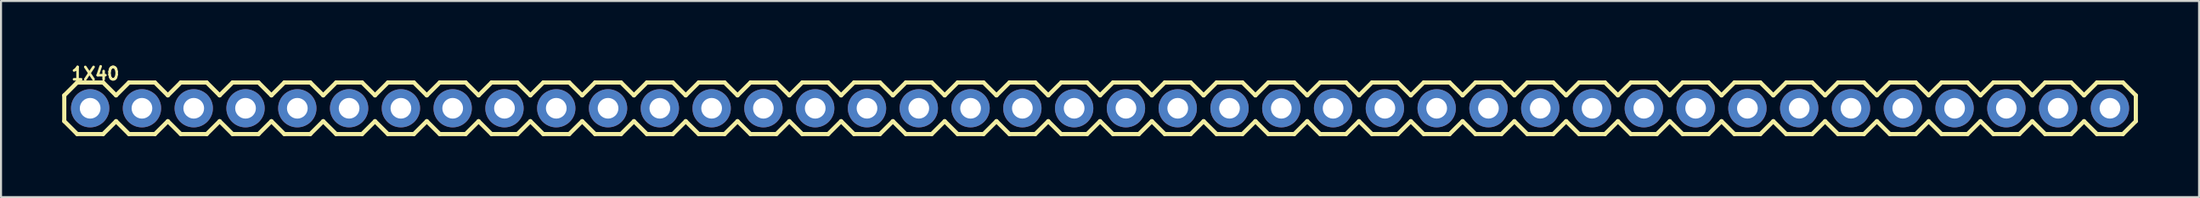
<source format=kicad_pcb>
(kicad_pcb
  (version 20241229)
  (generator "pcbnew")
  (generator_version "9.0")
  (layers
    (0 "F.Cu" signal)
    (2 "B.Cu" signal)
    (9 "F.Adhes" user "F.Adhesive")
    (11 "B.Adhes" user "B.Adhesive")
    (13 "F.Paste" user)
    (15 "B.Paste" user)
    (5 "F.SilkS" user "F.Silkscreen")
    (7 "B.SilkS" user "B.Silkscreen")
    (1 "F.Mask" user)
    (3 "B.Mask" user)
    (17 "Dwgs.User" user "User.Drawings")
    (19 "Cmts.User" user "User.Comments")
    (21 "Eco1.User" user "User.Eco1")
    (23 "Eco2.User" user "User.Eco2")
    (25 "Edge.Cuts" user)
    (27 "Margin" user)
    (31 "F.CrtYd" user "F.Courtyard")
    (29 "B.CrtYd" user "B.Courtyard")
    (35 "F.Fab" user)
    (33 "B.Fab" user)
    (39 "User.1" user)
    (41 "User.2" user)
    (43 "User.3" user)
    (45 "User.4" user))
  (footprint "1X40"
    (layer "F.Cu")
    (at 1.372 2.281)
    (property "Reference" "1X40" (at 0.254 -1.702 0) (layer "F.SilkS") (effects (font (size 0.61 0.61) (thickness 0.127))))
    (attr exclude_from_pos_files exclude_from_bom)
    (fp_line (start -1.27 -0.635) (end -1.27 0.635) (stroke (width 0.203) (type solid)) (layer "F.SilkS"))
    (fp_line (start -1.27 0.635) (end -0.635 1.27) (stroke (width 0.203) (type solid)) (layer "F.SilkS"))
    (fp_line (start -0.635 -1.27) (end -1.27 -0.635) (stroke (width 0.203) (type solid)) (layer "F.SilkS"))
    (fp_line (start -0.635 -1.27) (end 0.635 -1.27) (stroke (width 0.203) (type solid)) (layer "F.SilkS"))
    (fp_line (start 0.635 -1.27) (end 1.27 -0.635) (stroke (width 0.203) (type solid)) (layer "F.SilkS"))
    (fp_line (start 0.635 1.27) (end -0.635 1.27) (stroke (width 0.203) (type solid)) (layer "F.SilkS"))
    (fp_line (start 1.27 -0.635) (end 1.905 -1.27) (stroke (width 0.203) (type solid)) (layer "F.SilkS"))
    (fp_line (start 1.27 0.635) (end 0.635 1.27) (stroke (width 0.203) (type solid)) (layer "F.SilkS"))
    (fp_line (start 1.905 -1.27) (end 3.175 -1.27) (stroke (width 0.203) (type solid)) (layer "F.SilkS"))
    (fp_line (start 1.905 1.27) (end 1.27 0.635) (stroke (width 0.203) (type solid)) (layer "F.SilkS"))
    (fp_line (start 3.175 -1.27) (end 3.81 -0.635) (stroke (width 0.203) (type solid)) (layer "F.SilkS"))
    (fp_line (start 3.175 1.27) (end 1.905 1.27) (stroke (width 0.203) (type solid)) (layer "F.SilkS"))
    (fp_line (start 3.81 -0.635) (end 4.445 -1.27) (stroke (width 0.203) (type solid)) (layer "F.SilkS"))
    (fp_line (start 3.81 0.635) (end 3.175 1.27) (stroke (width 0.203) (type solid)) (layer "F.SilkS"))
    (fp_line (start 4.445 -1.27) (end 5.715 -1.27) (stroke (width 0.203) (type solid)) (layer "F.SilkS"))
    (fp_line (start 4.445 1.27) (end 3.81 0.635) (stroke (width 0.203) (type solid)) (layer "F.SilkS"))
    (fp_line (start 5.715 -1.27) (end 6.35 -0.635) (stroke (width 0.203) (type solid)) (layer "F.SilkS"))
    (fp_line (start 5.715 1.27) (end 4.445 1.27) (stroke (width 0.203) (type solid)) (layer "F.SilkS"))
    (fp_line (start 6.35 0.635) (end 5.715 1.27) (stroke (width 0.203) (type solid)) (layer "F.SilkS"))
    (fp_line (start 6.35 0.635) (end 6.985 1.27) (stroke (width 0.203) (type solid)) (layer "F.SilkS"))
    (fp_line (start 6.985 -1.27) (end 6.35 -0.635) (stroke (width 0.203) (type solid)) (layer "F.SilkS"))
    (fp_line (start 6.985 -1.27) (end 8.255 -1.27) (stroke (width 0.203) (type solid)) (layer "F.SilkS"))
    (fp_line (start 8.255 -1.27) (end 8.89 -0.635) (stroke (width 0.203) (type solid)) (layer "F.SilkS"))
    (fp_line (start 8.255 1.27) (end 6.985 1.27) (stroke (width 0.203) (type solid)) (layer "F.SilkS"))
    (fp_line (start 8.89 -0.635) (end 9.525 -1.27) (stroke (width 0.203) (type solid)) (layer "F.SilkS"))
    (fp_line (start 8.89 0.635) (end 8.255 1.27) (stroke (width 0.203) (type solid)) (layer "F.SilkS"))
    (fp_line (start 9.525 -1.27) (end 10.795 -1.27) (stroke (width 0.203) (type solid)) (layer "F.SilkS"))
    (fp_line (start 9.525 1.27) (end 8.89 0.635) (stroke (width 0.203) (type solid)) (layer "F.SilkS"))
    (fp_line (start 10.795 -1.27) (end 11.43 -0.635) (stroke (width 0.203) (type solid)) (layer "F.SilkS"))
    (fp_line (start 10.795 1.27) (end 9.525 1.27) (stroke (width 0.203) (type solid)) (layer "F.SilkS"))
    (fp_line (start 11.43 -0.635) (end 12.065 -1.27) (stroke (width 0.203) (type solid)) (layer "F.SilkS"))
    (fp_line (start 11.43 0.635) (end 10.795 1.27) (stroke (width 0.203) (type solid)) (layer "F.SilkS"))
    (fp_line (start 12.065 -1.27) (end 13.335 -1.27) (stroke (width 0.203) (type solid)) (layer "F.SilkS"))
    (fp_line (start 12.065 1.27) (end 11.43 0.635) (stroke (width 0.203) (type solid)) (layer "F.SilkS"))
    (fp_line (start 13.335 -1.27) (end 13.97 -0.635) (stroke (width 0.203) (type solid)) (layer "F.SilkS"))
    (fp_line (start 13.335 1.27) (end 12.065 1.27) (stroke (width 0.203) (type solid)) (layer "F.SilkS"))
    (fp_line (start 13.97 0.635) (end 13.335 1.27) (stroke (width 0.203) (type solid)) (layer "F.SilkS"))
    (fp_line (start 13.97 0.635) (end 14.605 1.27) (stroke (width 0.203) (type solid)) (layer "F.SilkS"))
    (fp_line (start 14.605 -1.27) (end 13.97 -0.635) (stroke (width 0.203) (type solid)) (layer "F.SilkS"))
    (fp_line (start 14.605 -1.27) (end 15.875 -1.27) (stroke (width 0.203) (type solid)) (layer "F.SilkS"))
    (fp_line (start 15.875 -1.27) (end 16.51 -0.635) (stroke (width 0.203) (type solid)) (layer "F.SilkS"))
    (fp_line (start 15.875 1.27) (end 14.605 1.27) (stroke (width 0.203) (type solid)) (layer "F.SilkS"))
    (fp_line (start 16.51 0.635) (end 15.875 1.27) (stroke (width 0.203) (type solid)) (layer "F.SilkS"))
    (fp_line (start 16.51 0.635) (end 17.145 1.27) (stroke (width 0.203) (type solid)) (layer "F.SilkS"))
    (fp_line (start 17.145 -1.27) (end 16.51 -0.635) (stroke (width 0.203) (type solid)) (layer "F.SilkS"))
    (fp_line (start 17.145 -1.27) (end 18.415 -1.27) (stroke (width 0.203) (type solid)) (layer "F.SilkS"))
    (fp_line (start 18.415 -1.27) (end 19.05 -0.635) (stroke (width 0.203) (type solid)) (layer "F.SilkS"))
    (fp_line (start 18.415 1.27) (end 17.145 1.27) (stroke (width 0.203) (type solid)) (layer "F.SilkS"))
    (fp_line (start 19.05 -0.635) (end 19.685 -1.27) (stroke (width 0.203) (type solid)) (layer "F.SilkS"))
    (fp_line (start 19.05 0.635) (end 18.415 1.27) (stroke (width 0.203) (type solid)) (layer "F.SilkS"))
    (fp_line (start 19.685 -1.27) (end 20.955 -1.27) (stroke (width 0.203) (type solid)) (layer "F.SilkS"))
    (fp_line (start 19.685 1.27) (end 19.05 0.635) (stroke (width 0.203) (type solid)) (layer "F.SilkS"))
    (fp_line (start 20.955 -1.27) (end 21.59 -0.635) (stroke (width 0.203) (type solid)) (layer "F.SilkS"))
    (fp_line (start 20.955 1.27) (end 19.685 1.27) (stroke (width 0.203) (type solid)) (layer "F.SilkS"))
    (fp_line (start 21.59 -0.635) (end 22.225 -1.27) (stroke (width 0.203) (type solid)) (layer "F.SilkS"))
    (fp_line (start 21.59 0.635) (end 20.955 1.27) (stroke (width 0.203) (type solid)) (layer "F.SilkS"))
    (fp_line (start 22.225 -1.27) (end 23.495 -1.27) (stroke (width 0.203) (type solid)) (layer "F.SilkS"))
    (fp_line (start 22.225 1.27) (end 21.59 0.635) (stroke (width 0.203) (type solid)) (layer "F.SilkS"))
    (fp_line (start 23.495 -1.27) (end 24.13 -0.635) (stroke (width 0.203) (type solid)) (layer "F.SilkS"))
    (fp_line (start 23.495 1.27) (end 22.225 1.27) (stroke (width 0.203) (type solid)) (layer "F.SilkS"))
    (fp_line (start 24.13 0.635) (end 23.495 1.27) (stroke (width 0.203) (type solid)) (layer "F.SilkS"))
    (fp_line (start 24.13 0.635) (end 24.765 1.27) (stroke (width 0.203) (type solid)) (layer "F.SilkS"))
    (fp_line (start 24.765 -1.27) (end 24.13 -0.635) (stroke (width 0.203) (type solid)) (layer "F.SilkS"))
    (fp_line (start 24.765 -1.27) (end 26.035 -1.27) (stroke (width 0.203) (type solid)) (layer "F.SilkS"))
    (fp_line (start 26.035 -1.27) (end 26.67 -0.635) (stroke (width 0.203) (type solid)) (layer "F.SilkS"))
    (fp_line (start 26.035 1.27) (end 24.765 1.27) (stroke (width 0.203) (type solid)) (layer "F.SilkS"))
    (fp_line (start 26.67 -0.635) (end 27.305 -1.27) (stroke (width 0.203) (type solid)) (layer "F.SilkS"))
    (fp_line (start 26.67 0.635) (end 26.035 1.27) (stroke (width 0.203) (type solid)) (layer "F.SilkS"))
    (fp_line (start 27.305 -1.27) (end 28.575 -1.27) (stroke (width 0.203) (type solid)) (layer "F.SilkS"))
    (fp_line (start 27.305 1.27) (end 26.67 0.635) (stroke (width 0.203) (type solid)) (layer "F.SilkS"))
    (fp_line (start 28.575 -1.27) (end 29.21 -0.635) (stroke (width 0.203) (type solid)) (layer "F.SilkS"))
    (fp_line (start 28.575 1.27) (end 27.305 1.27) (stroke (width 0.203) (type solid)) (layer "F.SilkS"))
    (fp_line (start 29.21 -0.635) (end 29.845 -1.27) (stroke (width 0.203) (type solid)) (layer "F.SilkS"))
    (fp_line (start 29.21 0.635) (end 28.575 1.27) (stroke (width 0.203) (type solid)) (layer "F.SilkS"))
    (fp_line (start 29.845 -1.27) (end 31.115 -1.27) (stroke (width 0.203) (type solid)) (layer "F.SilkS"))
    (fp_line (start 29.845 1.27) (end 29.21 0.635) (stroke (width 0.203) (type solid)) (layer "F.SilkS"))
    (fp_line (start 31.115 -1.27) (end 31.75 -0.635) (stroke (width 0.203) (type solid)) (layer "F.SilkS"))
    (fp_line (start 31.115 1.27) (end 29.845 1.27) (stroke (width 0.203) (type solid)) (layer "F.SilkS"))
    (fp_line (start 31.75 0.635) (end 31.115 1.27) (stroke (width 0.203) (type solid)) (layer "F.SilkS"))
    (fp_line (start 31.75 0.635) (end 32.385 1.27) (stroke (width 0.203) (type solid)) (layer "F.SilkS"))
    (fp_line (start 32.385 -1.27) (end 31.75 -0.635) (stroke (width 0.203) (type solid)) (layer "F.SilkS"))
    (fp_line (start 32.385 -1.27) (end 33.655 -1.27) (stroke (width 0.203) (type solid)) (layer "F.SilkS"))
    (fp_line (start 33.655 -1.27) (end 34.29 -0.635) (stroke (width 0.203) (type solid)) (layer "F.SilkS"))
    (fp_line (start 33.655 1.27) (end 32.385 1.27) (stroke (width 0.203) (type solid)) (layer "F.SilkS"))
    (fp_line (start 34.29 0.635) (end 33.655 1.27) (stroke (width 0.203) (type solid)) (layer "F.SilkS"))
    (fp_line (start 34.29 0.635) (end 34.925 1.27) (stroke (width 0.203) (type solid)) (layer "F.SilkS"))
    (fp_line (start 34.925 -1.27) (end 34.29 -0.635) (stroke (width 0.203) (type solid)) (layer "F.SilkS"))
    (fp_line (start 34.925 -1.27) (end 36.195 -1.27) (stroke (width 0.203) (type solid)) (layer "F.SilkS"))
    (fp_line (start 36.195 -1.27) (end 36.83 -0.635) (stroke (width 0.203) (type solid)) (layer "F.SilkS"))
    (fp_line (start 36.195 1.27) (end 34.925 1.27) (stroke (width 0.203) (type solid)) (layer "F.SilkS"))
    (fp_line (start 36.83 0.635) (end 36.195 1.27) (stroke (width 0.203) (type solid)) (layer "F.SilkS"))
    (fp_line (start 36.83 0.635) (end 37.465 1.27) (stroke (width 0.203) (type solid)) (layer "F.SilkS"))
    (fp_line (start 37.465 -1.27) (end 36.83 -0.635) (stroke (width 0.203) (type solid)) (layer "F.SilkS"))
    (fp_line (start 37.465 -1.27) (end 38.735 -1.27) (stroke (width 0.203) (type solid)) (layer "F.SilkS"))
    (fp_line (start 38.735 -1.27) (end 39.37 -0.635) (stroke (width 0.203) (type solid)) (layer "F.SilkS"))
    (fp_line (start 38.735 1.27) (end 37.465 1.27) (stroke (width 0.203) (type solid)) (layer "F.SilkS"))
    (fp_line (start 39.37 0.635) (end 38.735 1.27) (stroke (width 0.203) (type solid)) (layer "F.SilkS"))
    (fp_line (start 39.37 0.635) (end 40.005 1.27) (stroke (width 0.203) (type solid)) (layer "F.SilkS"))
    (fp_line (start 40.005 -1.27) (end 39.37 -0.635) (stroke (width 0.203) (type solid)) (layer "F.SilkS"))
    (fp_line (start 40.005 -1.27) (end 41.275 -1.27) (stroke (width 0.203) (type solid)) (layer "F.SilkS"))
    (fp_line (start 41.275 -1.27) (end 41.91 -0.635) (stroke (width 0.203) (type solid)) (layer "F.SilkS"))
    (fp_line (start 41.275 1.27) (end 40.005 1.27) (stroke (width 0.203) (type solid)) (layer "F.SilkS"))
    (fp_line (start 41.91 0.635) (end 41.275 1.27) (stroke (width 0.203) (type solid)) (layer "F.SilkS"))
    (fp_line (start 41.91 0.635) (end 42.545 1.27) (stroke (width 0.203) (type solid)) (layer "F.SilkS"))
    (fp_line (start 42.545 -1.27) (end 41.91 -0.635) (stroke (width 0.203) (type solid)) (layer "F.SilkS"))
    (fp_line (start 42.545 -1.27) (end 43.815 -1.27) (stroke (width 0.203) (type solid)) (layer "F.SilkS"))
    (fp_line (start 43.815 -1.27) (end 44.45 -0.635) (stroke (width 0.203) (type solid)) (layer "F.SilkS"))
    (fp_line (start 43.815 1.27) (end 42.545 1.27) (stroke (width 0.203) (type solid)) (layer "F.SilkS"))
    (fp_line (start 44.45 0.635) (end 43.815 1.27) (stroke (width 0.203) (type solid)) (layer "F.SilkS"))
    (fp_line (start 44.45 0.635) (end 45.085 1.27) (stroke (width 0.203) (type solid)) (layer "F.SilkS"))
    (fp_line (start 45.085 -1.27) (end 44.45 -0.635) (stroke (width 0.203) (type solid)) (layer "F.SilkS"))
    (fp_line (start 45.085 -1.27) (end 46.355 -1.27) (stroke (width 0.203) (type solid)) (layer "F.SilkS"))
    (fp_line (start 46.355 -1.27) (end 46.99 -0.635) (stroke (width 0.203) (type solid)) (layer "F.SilkS"))
    (fp_line (start 46.355 1.27) (end 45.085 1.27) (stroke (width 0.203) (type solid)) (layer "F.SilkS"))
    (fp_line (start 46.99 0.635) (end 46.355 1.27) (stroke (width 0.203) (type solid)) (layer "F.SilkS"))
    (fp_line (start 46.99 0.635) (end 47.625 1.27) (stroke (width 0.203) (type solid)) (layer "F.SilkS"))
    (fp_line (start 47.625 -1.27) (end 46.99 -0.635) (stroke (width 0.203) (type solid)) (layer "F.SilkS"))
    (fp_line (start 47.625 -1.27) (end 48.895 -1.27) (stroke (width 0.203) (type solid)) (layer "F.SilkS"))
    (fp_line (start 48.895 -1.27) (end 49.53 -0.635) (stroke (width 0.203) (type solid)) (layer "F.SilkS"))
    (fp_line (start 48.895 1.27) (end 47.625 1.27) (stroke (width 0.203) (type solid)) (layer "F.SilkS"))
    (fp_line (start 49.53 0.635) (end 48.895 1.27) (stroke (width 0.203) (type solid)) (layer "F.SilkS"))
    (fp_line (start 49.53 0.635) (end 50.165 1.27) (stroke (width 0.203) (type solid)) (layer "F.SilkS"))
    (fp_line (start 50.165 -1.27) (end 49.53 -0.635) (stroke (width 0.203) (type solid)) (layer "F.SilkS"))
    (fp_line (start 50.165 -1.27) (end 51.435 -1.27) (stroke (width 0.203) (type solid)) (layer "F.SilkS"))
    (fp_line (start 51.435 -1.27) (end 52.07 -0.635) (stroke (width 0.203) (type solid)) (layer "F.SilkS"))
    (fp_line (start 51.435 1.27) (end 50.165 1.27) (stroke (width 0.203) (type solid)) (layer "F.SilkS"))
    (fp_line (start 52.07 0.635) (end 51.435 1.27) (stroke (width 0.203) (type solid)) (layer "F.SilkS"))
    (fp_line (start 52.07 0.635) (end 52.705 1.27) (stroke (width 0.203) (type solid)) (layer "F.SilkS"))
    (fp_line (start 52.705 -1.27) (end 52.07 -0.635) (stroke (width 0.203) (type solid)) (layer "F.SilkS"))
    (fp_line (start 52.705 -1.27) (end 53.975 -1.27) (stroke (width 0.203) (type solid)) (layer "F.SilkS"))
    (fp_line (start 53.975 -1.27) (end 54.61 -0.635) (stroke (width 0.203) (type solid)) (layer "F.SilkS"))
    (fp_line (start 53.975 1.27) (end 52.705 1.27) (stroke (width 0.203) (type solid)) (layer "F.SilkS"))
    (fp_line (start 54.61 0.635) (end 53.975 1.27) (stroke (width 0.203) (type solid)) (layer "F.SilkS"))
    (fp_line (start 54.61 0.635) (end 55.245 1.27) (stroke (width 0.203) (type solid)) (layer "F.SilkS"))
    (fp_line (start 55.245 -1.27) (end 54.61 -0.635) (stroke (width 0.203) (type solid)) (layer "F.SilkS"))
    (fp_line (start 55.245 -1.27) (end 56.515 -1.27) (stroke (width 0.203) (type solid)) (layer "F.SilkS"))
    (fp_line (start 56.515 -1.27) (end 57.15 -0.635) (stroke (width 0.203) (type solid)) (layer "F.SilkS"))
    (fp_line (start 56.515 1.27) (end 55.245 1.27) (stroke (width 0.203) (type solid)) (layer "F.SilkS"))
    (fp_line (start 57.15 -0.635) (end 57.785 -1.27) (stroke (width 0.203) (type solid)) (layer "F.SilkS"))
    (fp_line (start 57.15 0.635) (end 56.515 1.27) (stroke (width 0.203) (type solid)) (layer "F.SilkS"))
    (fp_line (start 57.15 0.635) (end 57.785 1.27) (stroke (width 0.203) (type solid)) (layer "F.SilkS"))
    (fp_line (start 57.785 -1.27) (end 59.055 -1.27) (stroke (width 0.203) (type solid)) (layer "F.SilkS"))
    (fp_line (start 59.055 -1.27) (end 59.69 -0.635) (stroke (width 0.203) (type solid)) (layer "F.SilkS"))
    (fp_line (start 59.055 1.27) (end 57.785 1.27) (stroke (width 0.203) (type solid)) (layer "F.SilkS"))
    (fp_line (start 59.69 0.635) (end 59.055 1.27) (stroke (width 0.203) (type solid)) (layer "F.SilkS"))
    (fp_line (start 59.69 0.635) (end 60.325 1.27) (stroke (width 0.203) (type solid)) (layer "F.SilkS"))
    (fp_line (start 60.325 -1.27) (end 59.69 -0.635) (stroke (width 0.203) (type solid)) (layer "F.SilkS"))
    (fp_line (start 60.325 -1.27) (end 61.595 -1.27) (stroke (width 0.203) (type solid)) (layer "F.SilkS"))
    (fp_line (start 61.595 -1.27) (end 62.23 -0.635) (stroke (width 0.203) (type solid)) (layer "F.SilkS"))
    (fp_line (start 61.595 1.27) (end 60.325 1.27) (stroke (width 0.203) (type solid)) (layer "F.SilkS"))
    (fp_line (start 62.23 -0.635) (end 62.865 -1.27) (stroke (width 0.203) (type solid)) (layer "F.SilkS"))
    (fp_line (start 62.23 0.635) (end 61.595 1.27) (stroke (width 0.203) (type solid)) (layer "F.SilkS"))
    (fp_line (start 62.23 0.635) (end 62.865 1.27) (stroke (width 0.203) (type solid)) (layer "F.SilkS"))
    (fp_line (start 62.865 -1.27) (end 64.135 -1.27) (stroke (width 0.203) (type solid)) (layer "F.SilkS"))
    (fp_line (start 64.135 -1.27) (end 64.77 -0.635) (stroke (width 0.203) (type solid)) (layer "F.SilkS"))
    (fp_line (start 64.135 1.27) (end 62.865 1.27) (stroke (width 0.203) (type solid)) (layer "F.SilkS"))
    (fp_line (start 64.77 0.635) (end 64.135 1.27) (stroke (width 0.203) (type solid)) (layer "F.SilkS"))
    (fp_line (start 64.77 0.635) (end 65.405 1.27) (stroke (width 0.203) (type solid)) (layer "F.SilkS"))
    (fp_line (start 65.405 -1.27) (end 64.77 -0.635) (stroke (width 0.203) (type solid)) (layer "F.SilkS"))
    (fp_line (start 65.405 -1.27) (end 66.675 -1.27) (stroke (width 0.203) (type solid)) (layer "F.SilkS"))
    (fp_line (start 66.675 -1.27) (end 67.31 -0.635) (stroke (width 0.203) (type solid)) (layer "F.SilkS"))
    (fp_line (start 66.675 1.27) (end 65.405 1.27) (stroke (width 0.203) (type solid)) (layer "F.SilkS"))
    (fp_line (start 67.31 -0.635) (end 67.945 -1.27) (stroke (width 0.203) (type solid)) (layer "F.SilkS"))
    (fp_line (start 67.31 0.635) (end 66.675 1.27) (stroke (width 0.203) (type solid)) (layer "F.SilkS"))
    (fp_line (start 67.31 0.635) (end 67.945 1.27) (stroke (width 0.203) (type solid)) (layer "F.SilkS"))
    (fp_line (start 67.945 -1.27) (end 69.215 -1.27) (stroke (width 0.203) (type solid)) (layer "F.SilkS"))
    (fp_line (start 69.215 -1.27) (end 69.85 -0.635) (stroke (width 0.203) (type solid)) (layer "F.SilkS"))
    (fp_line (start 69.215 1.27) (end 67.945 1.27) (stroke (width 0.203) (type solid)) (layer "F.SilkS"))
    (fp_line (start 69.85 0.635) (end 69.215 1.27) (stroke (width 0.203) (type solid)) (layer "F.SilkS"))
    (fp_line (start 69.85 0.635) (end 70.485 1.27) (stroke (width 0.203) (type solid)) (layer "F.SilkS"))
    (fp_line (start 70.485 -1.27) (end 69.85 -0.635) (stroke (width 0.203) (type solid)) (layer "F.SilkS"))
    (fp_line (start 70.485 -1.27) (end 71.755 -1.27) (stroke (width 0.203) (type solid)) (layer "F.SilkS"))
    (fp_line (start 71.755 -1.27) (end 72.39 -0.635) (stroke (width 0.203) (type solid)) (layer "F.SilkS"))
    (fp_line (start 71.755 1.27) (end 70.485 1.27) (stroke (width 0.203) (type solid)) (layer "F.SilkS"))
    (fp_line (start 72.39 0.635) (end 71.755 1.27) (stroke (width 0.203) (type solid)) (layer "F.SilkS"))
    (fp_line (start 72.39 0.635) (end 73.025 1.27) (stroke (width 0.203) (type solid)) (layer "F.SilkS"))
    (fp_line (start 73.025 -1.27) (end 72.39 -0.635) (stroke (width 0.203) (type solid)) (layer "F.SilkS"))
    (fp_line (start 73.025 -1.27) (end 74.295 -1.27) (stroke (width 0.203) (type solid)) (layer "F.SilkS"))
    (fp_line (start 74.295 -1.27) (end 74.93 -0.635) (stroke (width 0.203) (type solid)) (layer "F.SilkS"))
    (fp_line (start 74.295 1.27) (end 73.025 1.27) (stroke (width 0.203) (type solid)) (layer "F.SilkS"))
    (fp_line (start 74.93 0.635) (end 74.295 1.27) (stroke (width 0.203) (type solid)) (layer "F.SilkS"))
    (fp_line (start 74.93 0.635) (end 75.565 1.27) (stroke (width 0.203) (type solid)) (layer "F.SilkS"))
    (fp_line (start 75.565 -1.27) (end 74.93 -0.635) (stroke (width 0.203) (type solid)) (layer "F.SilkS"))
    (fp_line (start 75.565 -1.27) (end 76.835 -1.27) (stroke (width 0.203) (type solid)) (layer "F.SilkS"))
    (fp_line (start 76.835 -1.27) (end 77.47 -0.635) (stroke (width 0.203) (type solid)) (layer "F.SilkS"))
    (fp_line (start 76.835 1.27) (end 75.565 1.27) (stroke (width 0.203) (type solid)) (layer "F.SilkS"))
    (fp_line (start 77.47 -0.635) (end 78.105 -1.27) (stroke (width 0.203) (type solid)) (layer "F.SilkS"))
    (fp_line (start 77.47 0.635) (end 76.835 1.27) (stroke (width 0.203) (type solid)) (layer "F.SilkS"))
    (fp_line (start 78.105 -1.27) (end 79.375 -1.27) (stroke (width 0.203) (type solid)) (layer "F.SilkS"))
    (fp_line (start 78.105 1.27) (end 77.47 0.635) (stroke (width 0.203) (type solid)) (layer "F.SilkS"))
    (fp_line (start 79.375 -1.27) (end 80.01 -0.635) (stroke (width 0.203) (type solid)) (layer "F.SilkS"))
    (fp_line (start 79.375 1.27) (end 78.105 1.27) (stroke (width 0.203) (type solid)) (layer "F.SilkS"))
    (fp_line (start 80.01 -0.635) (end 80.645 -1.27) (stroke (width 0.203) (type solid)) (layer "F.SilkS"))
    (fp_line (start 80.01 0.635) (end 79.375 1.27) (stroke (width 0.203) (type solid)) (layer "F.SilkS"))
    (fp_line (start 80.645 -1.27) (end 81.915 -1.27) (stroke (width 0.203) (type solid)) (layer "F.SilkS"))
    (fp_line (start 80.645 1.27) (end 80.01 0.635) (stroke (width 0.203) (type solid)) (layer "F.SilkS"))
    (fp_line (start 81.915 -1.27) (end 82.55 -0.635) (stroke (width 0.203) (type solid)) (layer "F.SilkS"))
    (fp_line (start 81.915 1.27) (end 80.645 1.27) (stroke (width 0.203) (type solid)) (layer "F.SilkS"))
    (fp_line (start 82.55 0.635) (end 81.915 1.27) (stroke (width 0.203) (type solid)) (layer "F.SilkS"))
    (fp_line (start 82.55 0.635) (end 83.185 1.27) (stroke (width 0.203) (type solid)) (layer "F.SilkS"))
    (fp_line (start 83.185 -1.27) (end 82.55 -0.635) (stroke (width 0.203) (type solid)) (layer "F.SilkS"))
    (fp_line (start 83.185 -1.27) (end 84.455 -1.27) (stroke (width 0.203) (type solid)) (layer "F.SilkS"))
    (fp_line (start 84.455 -1.27) (end 85.09 -0.635) (stroke (width 0.203) (type solid)) (layer "F.SilkS"))
    (fp_line (start 84.455 1.27) (end 83.185 1.27) (stroke (width 0.203) (type solid)) (layer "F.SilkS"))
    (fp_line (start 85.09 -0.635) (end 85.725 -1.27) (stroke (width 0.203) (type solid)) (layer "F.SilkS"))
    (fp_line (start 85.09 0.635) (end 84.455 1.27) (stroke (width 0.203) (type solid)) (layer "F.SilkS"))
    (fp_line (start 85.725 -1.27) (end 86.995 -1.27) (stroke (width 0.203) (type solid)) (layer "F.SilkS"))
    (fp_line (start 85.725 1.27) (end 85.09 0.635) (stroke (width 0.203) (type solid)) (layer "F.SilkS"))
    (fp_line (start 86.995 -1.27) (end 87.63 -0.635) (stroke (width 0.203) (type solid)) (layer "F.SilkS"))
    (fp_line (start 86.995 1.27) (end 85.725 1.27) (stroke (width 0.203) (type solid)) (layer "F.SilkS"))
    (fp_line (start 87.63 -0.635) (end 88.265 -1.27) (stroke (width 0.203) (type solid)) (layer "F.SilkS"))
    (fp_line (start 87.63 0.635) (end 86.995 1.27) (stroke (width 0.203) (type solid)) (layer "F.SilkS"))
    (fp_line (start 88.265 -1.27) (end 89.535 -1.27) (stroke (width 0.203) (type solid)) (layer "F.SilkS"))
    (fp_line (start 88.265 1.27) (end 87.63 0.635) (stroke (width 0.203) (type solid)) (layer "F.SilkS"))
    (fp_line (start 89.535 -1.27) (end 90.17 -0.635) (stroke (width 0.203) (type solid)) (layer "F.SilkS"))
    (fp_line (start 89.535 1.27) (end 88.265 1.27) (stroke (width 0.203) (type solid)) (layer "F.SilkS"))
    (fp_line (start 90.17 0.635) (end 89.535 1.27) (stroke (width 0.203) (type solid)) (layer "F.SilkS"))
    (fp_line (start 90.17 0.635) (end 90.805 1.27) (stroke (width 0.203) (type solid)) (layer "F.SilkS"))
    (fp_line (start 90.805 -1.27) (end 90.17 -0.635) (stroke (width 0.203) (type solid)) (layer "F.SilkS"))
    (fp_line (start 90.805 -1.27) (end 92.075 -1.27) (stroke (width 0.203) (type solid)) (layer "F.SilkS"))
    (fp_line (start 92.075 -1.27) (end 92.71 -0.635) (stroke (width 0.203) (type solid)) (layer "F.SilkS"))
    (fp_line (start 92.075 1.27) (end 90.805 1.27) (stroke (width 0.203) (type solid)) (layer "F.SilkS"))
    (fp_line (start 92.71 0.635) (end 92.075 1.27) (stroke (width 0.203) (type solid)) (layer "F.SilkS"))
    (fp_line (start 92.71 0.635) (end 93.345 1.27) (stroke (width 0.203) (type solid)) (layer "F.SilkS"))
    (fp_line (start 93.345 -1.27) (end 92.71 -0.635) (stroke (width 0.203) (type solid)) (layer "F.SilkS"))
    (fp_line (start 93.345 -1.27) (end 94.615 -1.27) (stroke (width 0.203) (type solid)) (layer "F.SilkS"))
    (fp_line (start 94.615 -1.27) (end 95.25 -0.635) (stroke (width 0.203) (type solid)) (layer "F.SilkS"))
    (fp_line (start 94.615 1.27) (end 93.345 1.27) (stroke (width 0.203) (type solid)) (layer "F.SilkS"))
    (fp_line (start 95.25 -0.635) (end 95.885 -1.27) (stroke (width 0.203) (type solid)) (layer "F.SilkS"))
    (fp_line (start 95.25 0.635) (end 94.615 1.27) (stroke (width 0.203) (type solid)) (layer "F.SilkS"))
    (fp_line (start 95.885 -1.27) (end 97.155 -1.27) (stroke (width 0.203) (type solid)) (layer "F.SilkS"))
    (fp_line (start 95.885 1.27) (end 95.25 0.635) (stroke (width 0.203) (type solid)) (layer "F.SilkS"))
    (fp_line (start 97.155 -1.27) (end 97.79 -0.635) (stroke (width 0.203) (type solid)) (layer "F.SilkS"))
    (fp_line (start 97.155 1.27) (end 95.885 1.27) (stroke (width 0.203) (type solid)) (layer "F.SilkS"))
    (fp_line (start 97.79 -0.635) (end 98.425 -1.27) (stroke (width 0.203) (type solid)) (layer "F.SilkS"))
    (fp_line (start 97.79 0.635) (end 97.155 1.27) (stroke (width 0.203) (type solid)) (layer "F.SilkS"))
    (fp_line (start 98.425 -1.27) (end 99.695 -1.27) (stroke (width 0.203) (type solid)) (layer "F.SilkS"))
    (fp_line (start 98.425 1.27) (end 97.79 0.635) (stroke (width 0.203) (type solid)) (layer "F.SilkS"))
    (fp_line (start 99.695 -1.27) (end 100.33 -0.635) (stroke (width 0.203) (type solid)) (layer "F.SilkS"))
    (fp_line (start 99.695 1.27) (end 98.425 1.27) (stroke (width 0.203) (type solid)) (layer "F.SilkS"))
    (fp_line (start 100.33 -0.635) (end 100.33 0.635) (stroke (width 0.203) (type solid)) (layer "F.SilkS"))
    (fp_line (start 100.33 0.635) (end 99.695 1.27) (stroke (width 0.203) (type solid)) (layer "F.SilkS"))
    (fp_line (start -0.254 -0.254) (end 0.254 -0.254) (stroke (width 0.066) (type solid)) (layer "Dwgs.User"))
    (fp_line (start -0.254 0.254) (end -0.254 -0.254) (stroke (width 0.066) (type solid)) (layer "Dwgs.User"))
    (fp_line (start -0.254 0.254) (end 0.254 0.254) (stroke (width 0.066) (type solid)) (layer "Dwgs.User"))
    (fp_line (start 0.254 0.254) (end 0.254 -0.254) (stroke (width 0.066) (type solid)) (layer "Dwgs.User"))
    (fp_line (start 2.286 -0.254) (end 2.794 -0.254) (stroke (width 0.066) (type solid)) (layer "Dwgs.User"))
    (fp_line (start 2.286 0.254) (end 2.286 -0.254) (stroke (width 0.066) (type solid)) (layer "Dwgs.User"))
    (fp_line (start 2.286 0.254) (end 2.794 0.254) (stroke (width 0.066) (type solid)) (layer "Dwgs.User"))
    (fp_line (start 2.794 0.254) (end 2.794 -0.254) (stroke (width 0.066) (type solid)) (layer "Dwgs.User"))
    (fp_line (start 4.826 -0.254) (end 5.334 -0.254) (stroke (width 0.066) (type solid)) (layer "Dwgs.User"))
    (fp_line (start 4.826 0.254) (end 4.826 -0.254) (stroke (width 0.066) (type solid)) (layer "Dwgs.User"))
    (fp_line (start 4.826 0.254) (end 5.334 0.254) (stroke (width 0.066) (type solid)) (layer "Dwgs.User"))
    (fp_line (start 5.334 0.254) (end 5.334 -0.254) (stroke (width 0.066) (type solid)) (layer "Dwgs.User"))
    (fp_line (start 7.366 -0.254) (end 7.874 -0.254) (stroke (width 0.066) (type solid)) (layer "Dwgs.User"))
    (fp_line (start 7.366 0.254) (end 7.366 -0.254) (stroke (width 0.066) (type solid)) (layer "Dwgs.User"))
    (fp_line (start 7.366 0.254) (end 7.874 0.254) (stroke (width 0.066) (type solid)) (layer "Dwgs.User"))
    (fp_line (start 7.874 0.254) (end 7.874 -0.254) (stroke (width 0.066) (type solid)) (layer "Dwgs.User"))
    (fp_line (start 9.906 -0.254) (end 10.414 -0.254) (stroke (width 0.066) (type solid)) (layer "Dwgs.User"))
    (fp_line (start 9.906 0.254) (end 9.906 -0.254) (stroke (width 0.066) (type solid)) (layer "Dwgs.User"))
    (fp_line (start 9.906 0.254) (end 10.414 0.254) (stroke (width 0.066) (type solid)) (layer "Dwgs.User"))
    (fp_line (start 10.414 0.254) (end 10.414 -0.254) (stroke (width 0.066) (type solid)) (layer "Dwgs.User"))
    (fp_line (start 12.446 -0.254) (end 12.954 -0.254) (stroke (width 0.066) (type solid)) (layer "Dwgs.User"))
    (fp_line (start 12.446 0.254) (end 12.446 -0.254) (stroke (width 0.066) (type solid)) (layer "Dwgs.User"))
    (fp_line (start 12.446 0.254) (end 12.954 0.254) (stroke (width 0.066) (type solid)) (layer "Dwgs.User"))
    (fp_line (start 12.954 0.254) (end 12.954 -0.254) (stroke (width 0.066) (type solid)) (layer "Dwgs.User"))
    (fp_line (start 14.986 -0.254) (end 15.494 -0.254) (stroke (width 0.066) (type solid)) (layer "Dwgs.User"))
    (fp_line (start 14.986 0.254) (end 14.986 -0.254) (stroke (width 0.066) (type solid)) (layer "Dwgs.User"))
    (fp_line (start 14.986 0.254) (end 15.494 0.254) (stroke (width 0.066) (type solid)) (layer "Dwgs.User"))
    (fp_line (start 15.494 0.254) (end 15.494 -0.254) (stroke (width 0.066) (type solid)) (layer "Dwgs.User"))
    (fp_line (start 17.523 -0.254) (end 18.034 -0.254) (stroke (width 0.066) (type solid)) (layer "Dwgs.User"))
    (fp_line (start 17.523 0.254) (end 17.523 -0.254) (stroke (width 0.066) (type solid)) (layer "Dwgs.User"))
    (fp_line (start 17.523 0.254) (end 18.034 0.254) (stroke (width 0.066) (type solid)) (layer "Dwgs.User"))
    (fp_line (start 18.034 0.254) (end 18.034 -0.254) (stroke (width 0.066) (type solid)) (layer "Dwgs.User"))
    (fp_line (start 20.066 -0.254) (end 20.574 -0.254) (stroke (width 0.066) (type solid)) (layer "Dwgs.User"))
    (fp_line (start 20.066 0.254) (end 20.066 -0.254) (stroke (width 0.066) (type solid)) (layer "Dwgs.User"))
    (fp_line (start 20.066 0.254) (end 20.574 0.254) (stroke (width 0.066) (type solid)) (layer "Dwgs.User"))
    (fp_line (start 20.574 0.254) (end 20.574 -0.254) (stroke (width 0.066) (type solid)) (layer "Dwgs.User"))
    (fp_line (start 22.606 -0.254) (end 23.114 -0.254) (stroke (width 0.066) (type solid)) (layer "Dwgs.User"))
    (fp_line (start 22.606 0.254) (end 22.606 -0.254) (stroke (width 0.066) (type solid)) (layer "Dwgs.User"))
    (fp_line (start 22.606 0.254) (end 23.114 0.254) (stroke (width 0.066) (type solid)) (layer "Dwgs.User"))
    (fp_line (start 23.114 0.254) (end 23.114 -0.254) (stroke (width 0.066) (type solid)) (layer "Dwgs.User"))
    (fp_line (start 25.146 -0.254) (end 25.654 -0.254) (stroke (width 0.066) (type solid)) (layer "Dwgs.User"))
    (fp_line (start 25.146 0.254) (end 25.146 -0.254) (stroke (width 0.066) (type solid)) (layer "Dwgs.User"))
    (fp_line (start 25.146 0.254) (end 25.654 0.254) (stroke (width 0.066) (type solid)) (layer "Dwgs.User"))
    (fp_line (start 25.654 0.254) (end 25.654 -0.254) (stroke (width 0.066) (type solid)) (layer "Dwgs.User"))
    (fp_line (start 27.686 -0.254) (end 28.194 -0.254) (stroke (width 0.066) (type solid)) (layer "Dwgs.User"))
    (fp_line (start 27.686 0.254) (end 27.686 -0.254) (stroke (width 0.066) (type solid)) (layer "Dwgs.User"))
    (fp_line (start 27.686 0.254) (end 28.194 0.254) (stroke (width 0.066) (type solid)) (layer "Dwgs.User"))
    (fp_line (start 28.194 0.254) (end 28.194 -0.254) (stroke (width 0.066) (type solid)) (layer "Dwgs.User"))
    (fp_line (start 30.226 -0.254) (end 30.734 -0.254) (stroke (width 0.066) (type solid)) (layer "Dwgs.User"))
    (fp_line (start 30.226 0.254) (end 30.226 -0.254) (stroke (width 0.066) (type solid)) (layer "Dwgs.User"))
    (fp_line (start 30.226 0.254) (end 30.734 0.254) (stroke (width 0.066) (type solid)) (layer "Dwgs.User"))
    (fp_line (start 30.734 0.254) (end 30.734 -0.254) (stroke (width 0.066) (type solid)) (layer "Dwgs.User"))
    (fp_line (start 32.766 -0.254) (end 33.274 -0.254) (stroke (width 0.066) (type solid)) (layer "Dwgs.User"))
    (fp_line (start 32.766 0.254) (end 32.766 -0.254) (stroke (width 0.066) (type solid)) (layer "Dwgs.User"))
    (fp_line (start 32.766 0.254) (end 33.274 0.254) (stroke (width 0.066) (type solid)) (layer "Dwgs.User"))
    (fp_line (start 33.274 0.254) (end 33.274 -0.254) (stroke (width 0.066) (type solid)) (layer "Dwgs.User"))
    (fp_line (start 35.303 -0.254) (end 35.814 -0.254) (stroke (width 0.066) (type solid)) (layer "Dwgs.User"))
    (fp_line (start 35.303 0.254) (end 35.303 -0.254) (stroke (width 0.066) (type solid)) (layer "Dwgs.User"))
    (fp_line (start 35.303 0.254) (end 35.814 0.254) (stroke (width 0.066) (type solid)) (layer "Dwgs.User"))
    (fp_line (start 35.814 0.254) (end 35.814 -0.254) (stroke (width 0.066) (type solid)) (layer "Dwgs.User"))
    (fp_line (start 37.846 -0.254) (end 38.354 -0.254) (stroke (width 0.066) (type solid)) (layer "Dwgs.User"))
    (fp_line (start 37.846 0.254) (end 37.846 -0.254) (stroke (width 0.066) (type solid)) (layer "Dwgs.User"))
    (fp_line (start 37.846 0.254) (end 38.354 0.254) (stroke (width 0.066) (type solid)) (layer "Dwgs.User"))
    (fp_line (start 38.354 0.254) (end 38.354 -0.254) (stroke (width 0.066) (type solid)) (layer "Dwgs.User"))
    (fp_line (start 40.386 -0.254) (end 40.894 -0.254) (stroke (width 0.066) (type solid)) (layer "Dwgs.User"))
    (fp_line (start 40.386 0.254) (end 40.386 -0.254) (stroke (width 0.066) (type solid)) (layer "Dwgs.User"))
    (fp_line (start 40.386 0.254) (end 40.894 0.254) (stroke (width 0.066) (type solid)) (layer "Dwgs.User"))
    (fp_line (start 40.894 0.254) (end 40.894 -0.254) (stroke (width 0.066) (type solid)) (layer "Dwgs.User"))
    (fp_line (start 42.926 -0.254) (end 43.434 -0.254) (stroke (width 0.066) (type solid)) (layer "Dwgs.User"))
    (fp_line (start 42.926 0.254) (end 42.926 -0.254) (stroke (width 0.066) (type solid)) (layer "Dwgs.User"))
    (fp_line (start 42.926 0.254) (end 43.434 0.254) (stroke (width 0.066) (type solid)) (layer "Dwgs.User"))
    (fp_line (start 43.434 0.254) (end 43.434 -0.254) (stroke (width 0.066) (type solid)) (layer "Dwgs.User"))
    (fp_line (start 45.466 -0.254) (end 45.974 -0.254) (stroke (width 0.066) (type solid)) (layer "Dwgs.User"))
    (fp_line (start 45.466 0.254) (end 45.466 -0.254) (stroke (width 0.066) (type solid)) (layer "Dwgs.User"))
    (fp_line (start 45.466 0.254) (end 45.974 0.254) (stroke (width 0.066) (type solid)) (layer "Dwgs.User"))
    (fp_line (start 45.974 0.254) (end 45.974 -0.254) (stroke (width 0.066) (type solid)) (layer "Dwgs.User"))
    (fp_line (start 48.006 -0.254) (end 48.514 -0.254) (stroke (width 0.066) (type solid)) (layer "Dwgs.User"))
    (fp_line (start 48.006 0.254) (end 48.006 -0.254) (stroke (width 0.066) (type solid)) (layer "Dwgs.User"))
    (fp_line (start 48.006 0.254) (end 48.514 0.254) (stroke (width 0.066) (type solid)) (layer "Dwgs.User"))
    (fp_line (start 48.514 0.254) (end 48.514 -0.254) (stroke (width 0.066) (type solid)) (layer "Dwgs.User"))
    (fp_line (start 50.546 -0.254) (end 51.051 -0.254) (stroke (width 0.066) (type solid)) (layer "Dwgs.User"))
    (fp_line (start 50.546 0.254) (end 50.546 -0.254) (stroke (width 0.066) (type solid)) (layer "Dwgs.User"))
    (fp_line (start 50.546 0.254) (end 51.051 0.254) (stroke (width 0.066) (type solid)) (layer "Dwgs.User"))
    (fp_line (start 51.051 0.254) (end 51.051 -0.254) (stroke (width 0.066) (type solid)) (layer "Dwgs.User"))
    (fp_line (start 53.086 -0.254) (end 53.594 -0.254) (stroke (width 0.066) (type solid)) (layer "Dwgs.User"))
    (fp_line (start 53.086 0.254) (end 53.086 -0.254) (stroke (width 0.066) (type solid)) (layer "Dwgs.User"))
    (fp_line (start 53.086 0.254) (end 53.594 0.254) (stroke (width 0.066) (type solid)) (layer "Dwgs.User"))
    (fp_line (start 53.594 0.254) (end 53.594 -0.254) (stroke (width 0.066) (type solid)) (layer "Dwgs.User"))
    (fp_line (start 55.626 -0.254) (end 56.134 -0.254) (stroke (width 0.066) (type solid)) (layer "Dwgs.User"))
    (fp_line (start 55.626 0.254) (end 55.626 -0.254) (stroke (width 0.066) (type solid)) (layer "Dwgs.User"))
    (fp_line (start 55.626 0.254) (end 56.134 0.254) (stroke (width 0.066) (type solid)) (layer "Dwgs.User"))
    (fp_line (start 56.134 0.254) (end 56.134 -0.254) (stroke (width 0.066) (type solid)) (layer "Dwgs.User"))
    (fp_line (start 58.166 -0.254) (end 58.674 -0.254) (stroke (width 0.066) (type solid)) (layer "Dwgs.User"))
    (fp_line (start 58.166 0.254) (end 58.166 -0.254) (stroke (width 0.066) (type solid)) (layer "Dwgs.User"))
    (fp_line (start 58.166 0.254) (end 58.674 0.254) (stroke (width 0.066) (type solid)) (layer "Dwgs.User"))
    (fp_line (start 58.674 0.254) (end 58.674 -0.254) (stroke (width 0.066) (type solid)) (layer "Dwgs.User"))
    (fp_line (start 60.706 -0.254) (end 61.214 -0.254) (stroke (width 0.066) (type solid)) (layer "Dwgs.User"))
    (fp_line (start 60.706 0.254) (end 60.706 -0.254) (stroke (width 0.066) (type solid)) (layer "Dwgs.User"))
    (fp_line (start 60.706 0.254) (end 61.214 0.254) (stroke (width 0.066) (type solid)) (layer "Dwgs.User"))
    (fp_line (start 61.214 0.254) (end 61.214 -0.254) (stroke (width 0.066) (type solid)) (layer "Dwgs.User"))
    (fp_line (start 63.246 -0.254) (end 63.751 -0.254) (stroke (width 0.066) (type solid)) (layer "Dwgs.User"))
    (fp_line (start 63.246 0.254) (end 63.246 -0.254) (stroke (width 0.066) (type solid)) (layer "Dwgs.User"))
    (fp_line (start 63.246 0.254) (end 63.751 0.254) (stroke (width 0.066) (type solid)) (layer "Dwgs.User"))
    (fp_line (start 63.751 0.254) (end 63.751 -0.254) (stroke (width 0.066) (type solid)) (layer "Dwgs.User"))
    (fp_line (start 65.786 -0.254) (end 66.294 -0.254) (stroke (width 0.066) (type solid)) (layer "Dwgs.User"))
    (fp_line (start 65.786 0.254) (end 65.786 -0.254) (stroke (width 0.066) (type solid)) (layer "Dwgs.User"))
    (fp_line (start 65.786 0.254) (end 66.294 0.254) (stroke (width 0.066) (type solid)) (layer "Dwgs.User"))
    (fp_line (start 66.294 0.254) (end 66.294 -0.254) (stroke (width 0.066) (type solid)) (layer "Dwgs.User"))
    (fp_line (start 68.326 -0.254) (end 68.834 -0.254) (stroke (width 0.066) (type solid)) (layer "Dwgs.User"))
    (fp_line (start 68.326 0.254) (end 68.326 -0.254) (stroke (width 0.066) (type solid)) (layer "Dwgs.User"))
    (fp_line (start 68.326 0.254) (end 68.834 0.254) (stroke (width 0.066) (type solid)) (layer "Dwgs.User"))
    (fp_line (start 68.834 0.254) (end 68.834 -0.254) (stroke (width 0.066) (type solid)) (layer "Dwgs.User"))
    (fp_line (start 70.866 -0.254) (end 71.374 -0.254) (stroke (width 0.066) (type solid)) (layer "Dwgs.User"))
    (fp_line (start 70.866 0.254) (end 70.866 -0.254) (stroke (width 0.066) (type solid)) (layer "Dwgs.User"))
    (fp_line (start 70.866 0.254) (end 71.374 0.254) (stroke (width 0.066) (type solid)) (layer "Dwgs.User"))
    (fp_line (start 71.374 0.254) (end 71.374 -0.254) (stroke (width 0.066) (type solid)) (layer "Dwgs.User"))
    (fp_line (start 73.406 -0.254) (end 73.914 -0.254) (stroke (width 0.066) (type solid)) (layer "Dwgs.User"))
    (fp_line (start 73.406 0.254) (end 73.406 -0.254) (stroke (width 0.066) (type solid)) (layer "Dwgs.User"))
    (fp_line (start 73.406 0.254) (end 73.914 0.254) (stroke (width 0.066) (type solid)) (layer "Dwgs.User"))
    (fp_line (start 73.914 0.254) (end 73.914 -0.254) (stroke (width 0.066) (type solid)) (layer "Dwgs.User"))
    (fp_line (start 75.946 -0.254) (end 76.451 -0.254) (stroke (width 0.066) (type solid)) (layer "Dwgs.User"))
    (fp_line (start 75.946 0.254) (end 75.946 -0.254) (stroke (width 0.066) (type solid)) (layer "Dwgs.User"))
    (fp_line (start 75.946 0.254) (end 76.451 0.254) (stroke (width 0.066) (type solid)) (layer "Dwgs.User"))
    (fp_line (start 76.451 0.254) (end 76.451 -0.254) (stroke (width 0.066) (type solid)) (layer "Dwgs.User"))
    (fp_line (start 78.486 -0.254) (end 78.994 -0.254) (stroke (width 0.066) (type solid)) (layer "Dwgs.User"))
    (fp_line (start 78.486 0.254) (end 78.486 -0.254) (stroke (width 0.066) (type solid)) (layer "Dwgs.User"))
    (fp_line (start 78.486 0.254) (end 78.994 0.254) (stroke (width 0.066) (type solid)) (layer "Dwgs.User"))
    (fp_line (start 78.994 0.254) (end 78.994 -0.254) (stroke (width 0.066) (type solid)) (layer "Dwgs.User"))
    (fp_line (start 81.026 -0.254) (end 81.534 -0.254) (stroke (width 0.066) (type solid)) (layer "Dwgs.User"))
    (fp_line (start 81.026 0.254) (end 81.026 -0.254) (stroke (width 0.066) (type solid)) (layer "Dwgs.User"))
    (fp_line (start 81.026 0.254) (end 81.534 0.254) (stroke (width 0.066) (type solid)) (layer "Dwgs.User"))
    (fp_line (start 81.534 0.254) (end 81.534 -0.254) (stroke (width 0.066) (type solid)) (layer "Dwgs.User"))
    (fp_line (start 83.566 -0.254) (end 84.074 -0.254) (stroke (width 0.066) (type solid)) (layer "Dwgs.User"))
    (fp_line (start 83.566 0.254) (end 83.566 -0.254) (stroke (width 0.066) (type solid)) (layer "Dwgs.User"))
    (fp_line (start 83.566 0.254) (end 84.074 0.254) (stroke (width 0.066) (type solid)) (layer "Dwgs.User"))
    (fp_line (start 84.074 0.254) (end 84.074 -0.254) (stroke (width 0.066) (type solid)) (layer "Dwgs.User"))
    (fp_line (start 86.106 -0.254) (end 86.614 -0.254) (stroke (width 0.066) (type solid)) (layer "Dwgs.User"))
    (fp_line (start 86.106 0.254) (end 86.106 -0.254) (stroke (width 0.066) (type solid)) (layer "Dwgs.User"))
    (fp_line (start 86.106 0.254) (end 86.614 0.254) (stroke (width 0.066) (type solid)) (layer "Dwgs.User"))
    (fp_line (start 86.614 0.254) (end 86.614 -0.254) (stroke (width 0.066) (type solid)) (layer "Dwgs.User"))
    (fp_line (start 88.646 -0.254) (end 89.154 -0.254) (stroke (width 0.066) (type solid)) (layer "Dwgs.User"))
    (fp_line (start 88.646 0.254) (end 88.646 -0.254) (stroke (width 0.066) (type solid)) (layer "Dwgs.User"))
    (fp_line (start 88.646 0.254) (end 89.154 0.254) (stroke (width 0.066) (type solid)) (layer "Dwgs.User"))
    (fp_line (start 89.154 0.254) (end 89.154 -0.254) (stroke (width 0.066) (type solid)) (layer "Dwgs.User"))
    (fp_line (start 91.186 -0.254) (end 91.694 -0.254) (stroke (width 0.066) (type solid)) (layer "Dwgs.User"))
    (fp_line (start 91.186 0.254) (end 91.186 -0.254) (stroke (width 0.066) (type solid)) (layer "Dwgs.User"))
    (fp_line (start 91.186 0.254) (end 91.694 0.254) (stroke (width 0.066) (type solid)) (layer "Dwgs.User"))
    (fp_line (start 91.694 0.254) (end 91.694 -0.254) (stroke (width 0.066) (type solid)) (layer "Dwgs.User"))
    (fp_line (start 93.726 -0.254) (end 94.234 -0.254) (stroke (width 0.066) (type solid)) (layer "Dwgs.User"))
    (fp_line (start 93.726 0.254) (end 93.726 -0.254) (stroke (width 0.066) (type solid)) (layer "Dwgs.User"))
    (fp_line (start 93.726 0.254) (end 94.234 0.254) (stroke (width 0.066) (type solid)) (layer "Dwgs.User"))
    (fp_line (start 94.234 0.254) (end 94.234 -0.254) (stroke (width 0.066) (type solid)) (layer "Dwgs.User"))
    (fp_line (start 96.266 -0.254) (end 96.774 -0.254) (stroke (width 0.066) (type solid)) (layer "Dwgs.User"))
    (fp_line (start 96.266 0.254) (end 96.266 -0.254) (stroke (width 0.066) (type solid)) (layer "Dwgs.User"))
    (fp_line (start 96.266 0.254) (end 96.774 0.254) (stroke (width 0.066) (type solid)) (layer "Dwgs.User"))
    (fp_line (start 96.774 0.254) (end 96.774 -0.254) (stroke (width 0.066) (type solid)) (layer "Dwgs.User"))
    (fp_line (start 98.806 -0.254) (end 99.314 -0.254) (stroke (width 0.066) (type solid)) (layer "Dwgs.User"))
    (fp_line (start 98.806 0.254) (end 98.806 -0.254) (stroke (width 0.066) (type solid)) (layer "Dwgs.User"))
    (fp_line (start 98.806 0.254) (end 99.314 0.254) (stroke (width 0.066) (type solid)) (layer "Dwgs.User"))
    (fp_line (start 99.314 0.254) (end 99.314 -0.254) (stroke (width 0.066) (type solid)) (layer "Dwgs.User"))
    (pad "1" thru_hole circle (at 0 0) (size 1.88 1.88) (drill 1.016) (layers "*.Cu" "*.Paste" "*.Mask"))
    (pad "2" thru_hole circle (at 2.54 0) (size 1.88 1.88) (drill 1.016) (layers "*.Cu" "*.Paste" "*.Mask"))
    (pad "3" thru_hole circle (at 5.08 0) (size 1.88 1.88) (drill 1.016) (layers "*.Cu" "*.Paste" "*.Mask"))
    (pad "4" thru_hole circle (at 7.62 0) (size 1.88 1.88) (drill 1.016) (layers "*.Cu" "*.Paste" "*.Mask"))
    (pad "5" thru_hole circle (at 10.16 0) (size 1.88 1.88) (drill 1.016) (layers "*.Cu" "*.Paste" "*.Mask"))
    (pad "6" thru_hole circle (at 12.7 0) (size 1.88 1.88) (drill 1.016) (layers "*.Cu" "*.Paste" "*.Mask"))
    (pad "7" thru_hole circle (at 15.24 0) (size 1.88 1.88) (drill 1.016) (layers "*.Cu" "*.Paste" "*.Mask"))
    (pad "8" thru_hole circle (at 17.78 0) (size 1.88 1.88) (drill 1.016) (layers "*.Cu" "*.Paste" "*.Mask"))
    (pad "9" thru_hole circle (at 20.32 0) (size 1.88 1.88) (drill 1.016) (layers "*.Cu" "*.Paste" "*.Mask"))
    (pad "10" thru_hole circle (at 22.86 0) (size 1.88 1.88) (drill 1.016) (layers "*.Cu" "*.Paste" "*.Mask"))
    (pad "11" thru_hole circle (at 25.4 0) (size 1.88 1.88) (drill 1.016) (layers "*.Cu" "*.Paste" "*.Mask"))
    (pad "12" thru_hole circle (at 27.94 0) (size 1.88 1.88) (drill 1.016) (layers "*.Cu" "*.Paste" "*.Mask"))
    (pad "13" thru_hole circle (at 30.48 0) (size 1.88 1.88) (drill 1.016) (layers "*.Cu" "*.Paste" "*.Mask"))
    (pad "14" thru_hole circle (at 33.02 0) (size 1.88 1.88) (drill 1.016) (layers "*.Cu" "*.Paste" "*.Mask"))
    (pad "15" thru_hole circle (at 35.56 0) (size 1.88 1.88) (drill 1.016) (layers "*.Cu" "*.Paste" "*.Mask"))
    (pad "16" thru_hole circle (at 38.1 0) (size 1.88 1.88) (drill 1.016) (layers "*.Cu" "*.Paste" "*.Mask"))
    (pad "17" thru_hole circle (at 40.64 0) (size 1.88 1.88) (drill 1.016) (layers "*.Cu" "*.Paste" "*.Mask"))
    (pad "18" thru_hole circle (at 43.18 0) (size 1.88 1.88) (drill 1.016) (layers "*.Cu" "*.Paste" "*.Mask"))
    (pad "19" thru_hole circle (at 45.72 0) (size 1.88 1.88) (drill 1.016) (layers "*.Cu" "*.Paste" "*.Mask"))
    (pad "20" thru_hole circle (at 48.26 0) (size 1.88 1.88) (drill 1.016) (layers "*.Cu" "*.Paste" "*.Mask"))
    (pad "21" thru_hole circle (at 50.8 0) (size 1.88 1.88) (drill 1.016) (layers "*.Cu" "*.Paste" "*.Mask"))
    (pad "22" thru_hole circle (at 53.34 0) (size 1.88 1.88) (drill 1.016) (layers "*.Cu" "*.Paste" "*.Mask"))
    (pad "23" thru_hole circle (at 55.88 0) (size 1.88 1.88) (drill 1.016) (layers "*.Cu" "*.Paste" "*.Mask"))
    (pad "24" thru_hole circle (at 58.42 0) (size 1.88 1.88) (drill 1.016) (layers "*.Cu" "*.Paste" "*.Mask"))
    (pad "25" thru_hole circle (at 60.96 0) (size 1.88 1.88) (drill 1.016) (layers "*.Cu" "*.Paste" "*.Mask"))
    (pad "26" thru_hole circle (at 63.5 0) (size 1.88 1.88) (drill 1.016) (layers "*.Cu" "*.Paste" "*.Mask"))
    (pad "27" thru_hole circle (at 66.04 0) (size 1.88 1.88) (drill 1.016) (layers "*.Cu" "*.Paste" "*.Mask"))
    (pad "28" thru_hole circle (at 68.58 0) (size 1.88 1.88) (drill 1.016) (layers "*.Cu" "*.Paste" "*.Mask"))
    (pad "29" thru_hole circle (at 71.12 0) (size 1.88 1.88) (drill 1.016) (layers "*.Cu" "*.Paste" "*.Mask"))
    (pad "30" thru_hole circle (at 73.66 0) (size 1.88 1.88) (drill 1.016) (layers "*.Cu" "*.Paste" "*.Mask"))
    (pad "31" thru_hole circle (at 76.2 0) (size 1.88 1.88) (drill 1.016) (layers "*.Cu" "*.Paste" "*.Mask"))
    (pad "32" thru_hole circle (at 78.74 0) (size 1.88 1.88) (drill 1.016) (layers "*.Cu" "*.Paste" "*.Mask"))
    (pad "33" thru_hole circle (at 81.28 0) (size 1.88 1.88) (drill 1.016) (layers "*.Cu" "*.Paste" "*.Mask"))
    (pad "34" thru_hole circle (at 83.82 0) (size 1.88 1.88) (drill 1.016) (layers "*.Cu" "*.Paste" "*.Mask"))
    (pad "35" thru_hole circle (at 86.36 0) (size 1.88 1.88) (drill 1.016) (layers "*.Cu" "*.Paste" "*.Mask"))
    (pad "36" thru_hole circle (at 88.9 0) (size 1.88 1.88) (drill 1.016) (layers "*.Cu" "*.Paste" "*.Mask"))
    (pad "37" thru_hole circle (at 91.44 0) (size 1.88 1.88) (drill 1.016) (layers "*.Cu" "*.Paste" "*.Mask"))
    (pad "38" thru_hole circle (at 93.98 0) (size 1.88 1.88) (drill 1.016) (layers "*.Cu" "*.Paste" "*.Mask"))
    (pad "39" thru_hole circle (at 96.52 0) (size 1.88 1.88) (drill 1.016) (layers "*.Cu" "*.Paste" "*.Mask"))
    (pad "40" thru_hole circle (at 99.06 0) (size 1.88 1.88) (drill 1.016) (layers "*.Cu" "*.Paste" "*.Mask")))
  (gr_rect
    (start -3 -3)
    (end 104.803 6.653)
    (stroke (width 0.1) (type default))
    (fill no)
    (layer "Edge.Cuts")))
</source>
